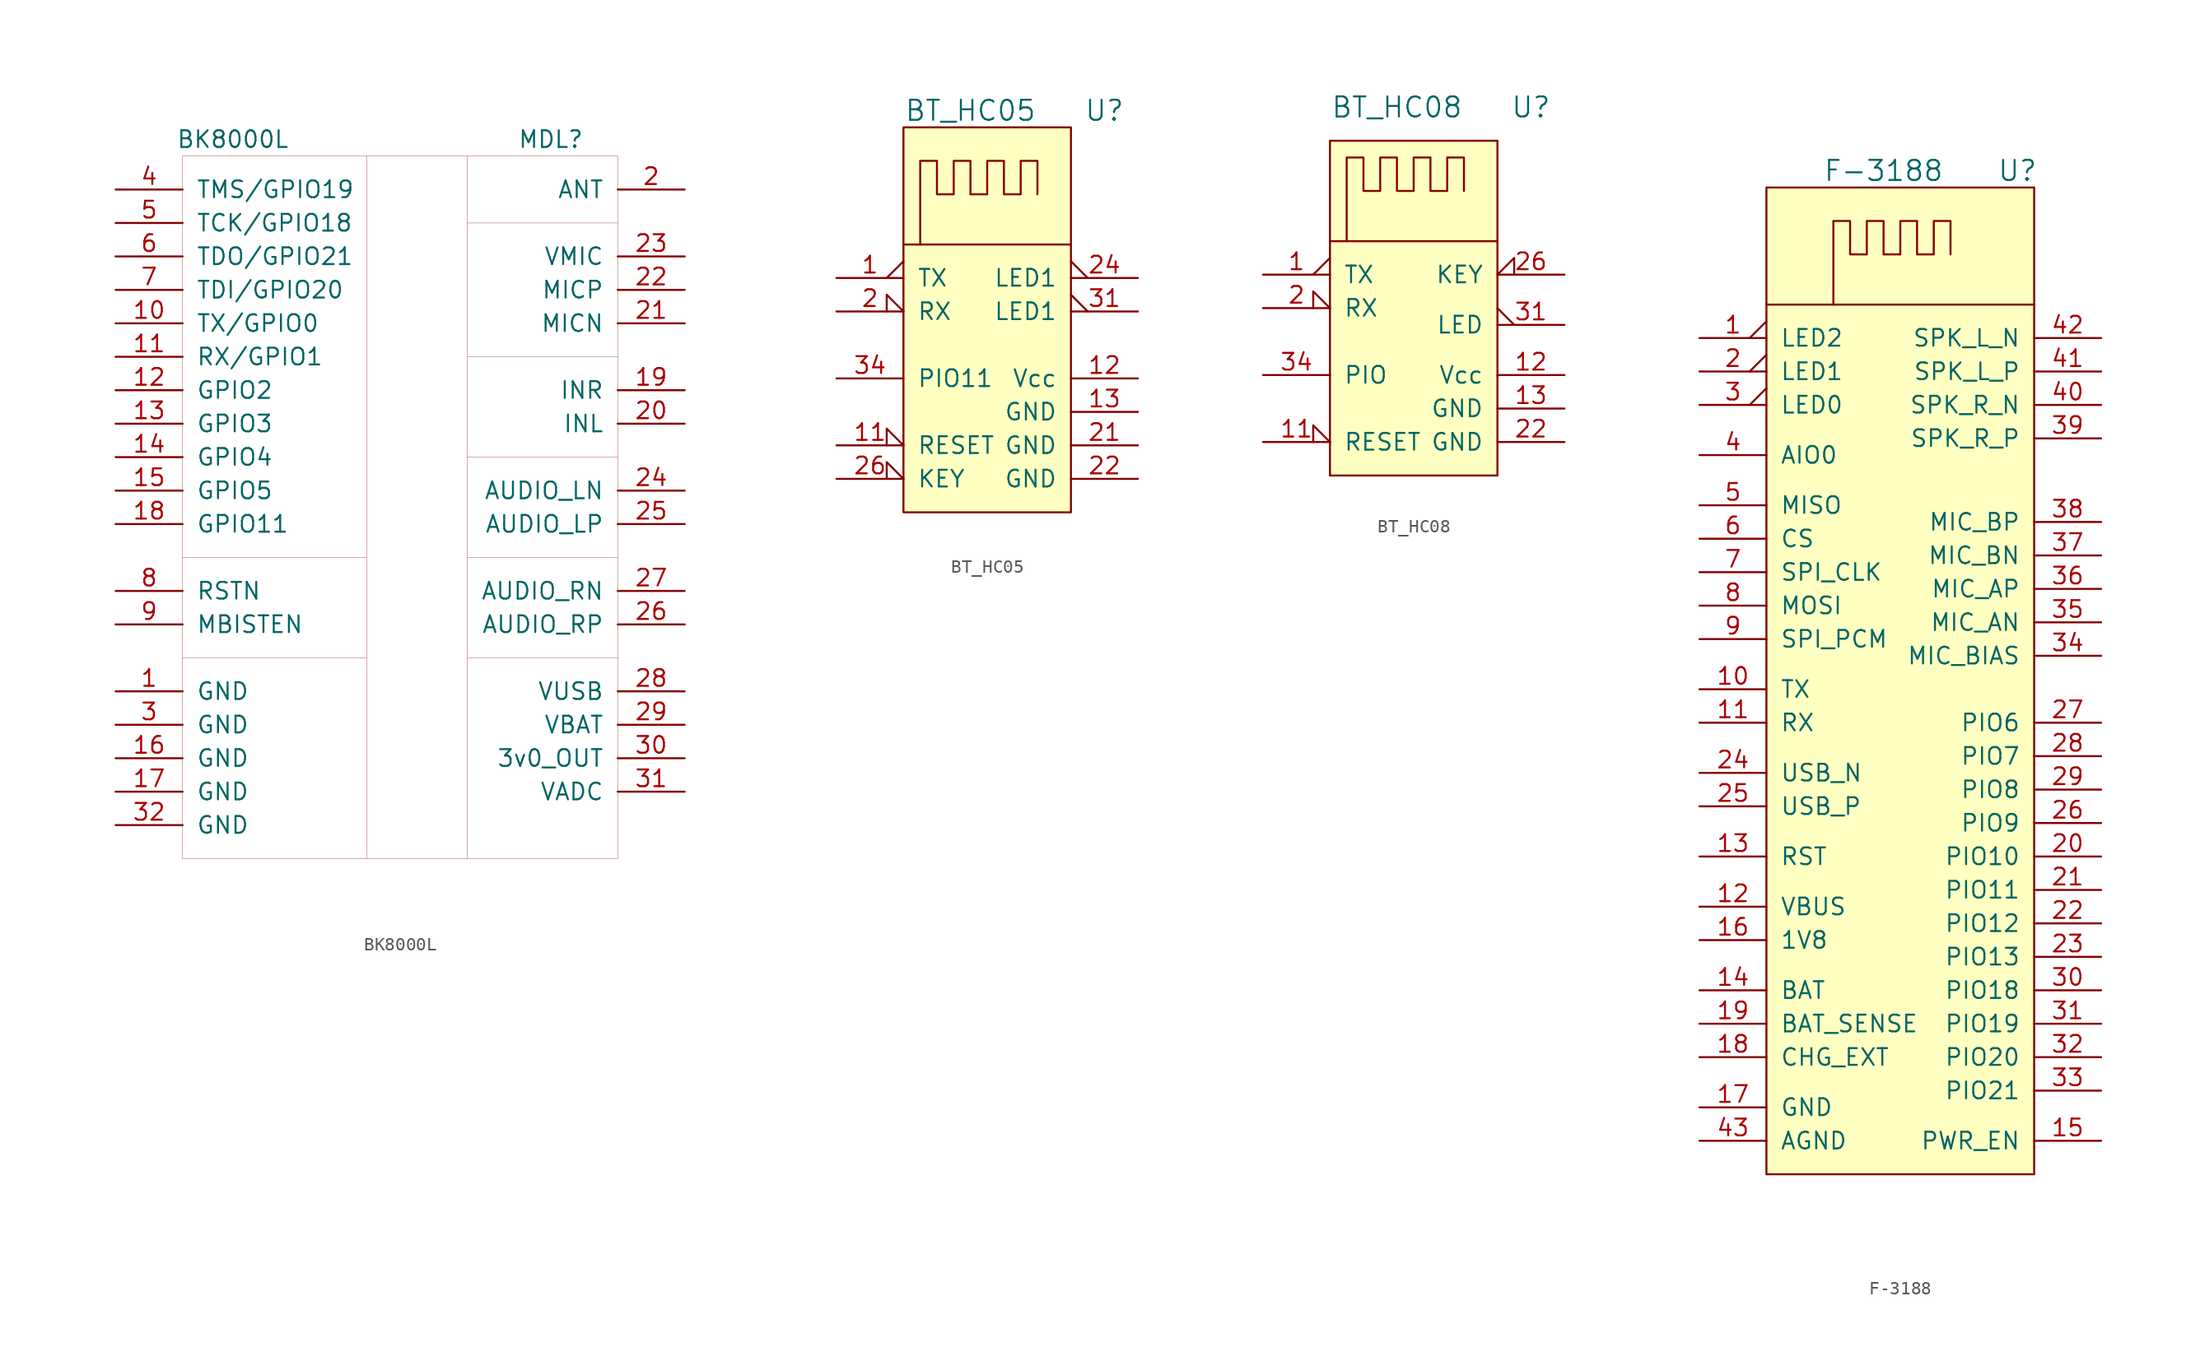
<source format=kicad_sym>
(kicad_symbol_lib
  (version 20231120)
  (generator "kicad_symbol_editor")
  (generator_version "8.0")
  (symbol "BK8000L"
    (pin_names
      (offset 1.016))
    (property "Reference" "MDL"
      (at 10.16 27.94 0)
      (effects (font (size 1.27 1.27))))
    (property "Value" "BK8000L"
      (at -13.97 27.94 0)
      (effects (font (size 1.27 1.27))))
    (symbol "BK8000L_0_1"
      (rectangle (start -17.78 26.67) (end 15.24 -26.67) (stroke (width 0.001) (type default)) (fill (type none)))
      (polyline (pts (xy -17.78 -11.43) (xy -3.81 -11.43)) (stroke (width 0.001) (type default)) (fill (type none)))
      (polyline (pts (xy -17.78 -3.81) (xy -3.81 -3.81)) (stroke (width 0.001) (type default)) (fill (type none)))
      (polyline (pts (xy -3.81 26.67) (xy -3.81 -26.67)) (stroke (width 0.001) (type default)) (fill (type none)))
      (polyline (pts (xy 3.81 -26.67) (xy 3.81 26.67)) (stroke (width 0.001) (type default)) (fill (type none)))
      (polyline (pts (xy 3.81 -11.43) (xy 15.24 -11.43)) (stroke (width 0.001) (type default)) (fill (type none)))
      (polyline (pts (xy 3.81 -3.81) (xy 15.24 -3.81)) (stroke (width 0.001) (type default)) (fill (type none)))
      (polyline (pts (xy 3.81 3.81) (xy 15.24 3.81)) (stroke (width 0.001) (type default)) (fill (type none)))
      (polyline (pts (xy 3.81 11.43) (xy 15.24 11.43)) (stroke (width 0.001) (type default)) (fill (type none)))
      (polyline (pts (xy 3.81 21.59) (xy 15.24 21.59)) (stroke (width 0.001) (type default)) (fill (type none))))
    (symbol "BK8000L_1_1"
      (pin power_in line (at -22.86 -13.97 0) (length 5.08) (name "GND" (effects (font (size 1.27 1.27)))) (number "1" (effects (font (size 1.27 1.27)))))
      (pin passive line (at -22.86 13.97 0) (length 5.08) (name "TX/GPIO0" (effects (font (size 1.27 1.27)))) (number "10" (effects (font (size 1.27 1.27)))))
      (pin passive line (at -22.86 11.43 0) (length 5.08) (name "RX/GPIO1" (effects (font (size 1.27 1.27)))) (number "11" (effects (font (size 1.27 1.27)))))
      (pin passive line (at -22.86 8.89 0) (length 5.08) (name "GPIO2" (effects (font (size 1.27 1.27)))) (number "12" (effects (font (size 1.27 1.27)))))
      (pin passive line (at -22.86 6.35 0) (length 5.08) (name "GPIO3" (effects (font (size 1.27 1.27)))) (number "13" (effects (font (size 1.27 1.27)))))
      (pin passive line (at -22.86 3.81 0) (length 5.08) (name "GPIO4" (effects (font (size 1.27 1.27)))) (number "14" (effects (font (size 1.27 1.27)))))
      (pin passive line (at -22.86 1.27 0) (length 5.08) (name "GPIO5" (effects (font (size 1.27 1.27)))) (number "15" (effects (font (size 1.27 1.27)))))
      (pin power_in line (at -22.86 -19.05 0) (length 5.08) (name "GND" (effects (font (size 1.27 1.27)))) (number "16" (effects (font (size 1.27 1.27)))))
      (pin power_in line (at -22.86 -21.59 0) (length 5.08) (name "GND" (effects (font (size 1.27 1.27)))) (number "17" (effects (font (size 1.27 1.27)))))
      (pin passive line (at -22.86 -1.27 0) (length 5.08) (name "GPIO11" (effects (font (size 1.27 1.27)))) (number "18" (effects (font (size 1.27 1.27)))))
      (pin passive line (at 20.32 8.89 180) (length 5.08) (name "INR" (effects (font (size 1.27 1.27)))) (number "19" (effects (font (size 1.27 1.27)))))
      (pin passive line (at 20.32 24.13 180) (length 5.08) (name "ANT" (effects (font (size 1.27 1.27)))) (number "2" (effects (font (size 1.27 1.27)))))
      (pin passive line (at 20.32 6.35 180) (length 5.08) (name "INL" (effects (font (size 1.27 1.27)))) (number "20" (effects (font (size 1.27 1.27)))))
      (pin passive line (at 20.32 13.97 180) (length 5.08) (name "MICN" (effects (font (size 1.27 1.27)))) (number "21" (effects (font (size 1.27 1.27)))))
      (pin passive line (at 20.32 16.51 180) (length 5.08) (name "MICP" (effects (font (size 1.27 1.27)))) (number "22" (effects (font (size 1.27 1.27)))))
      (pin passive line (at 20.32 19.05 180) (length 5.08) (name "VMIC" (effects (font (size 1.27 1.27)))) (number "23" (effects (font (size 1.27 1.27)))))
      (pin passive line (at 20.32 1.27 180) (length 5.08) (name "AUDIO_LN" (effects (font (size 1.27 1.27)))) (number "24" (effects (font (size 1.27 1.27)))))
      (pin passive line (at 20.32 -1.27 180) (length 5.08) (name "AUDIO_LP" (effects (font (size 1.27 1.27)))) (number "25" (effects (font (size 1.27 1.27)))))
      (pin passive line (at 20.32 -8.89 180) (length 5.08) (name "AUDIO_RP" (effects (font (size 1.27 1.27)))) (number "26" (effects (font (size 1.27 1.27)))))
      (pin passive line (at 20.32 -6.35 180) (length 5.08) (name "AUDIO_RN" (effects (font (size 1.27 1.27)))) (number "27" (effects (font (size 1.27 1.27)))))
      (pin passive line (at 20.32 -13.97 180) (length 5.08) (name "VUSB" (effects (font (size 1.27 1.27)))) (number "28" (effects (font (size 1.27 1.27)))))
      (pin passive line (at 20.32 -16.51 180) (length 5.08) (name "VBAT" (effects (font (size 1.27 1.27)))) (number "29" (effects (font (size 1.27 1.27)))))
      (pin power_in line (at -22.86 -16.51 0) (length 5.08) (name "GND" (effects (font (size 1.27 1.27)))) (number "3" (effects (font (size 1.27 1.27)))))
      (pin passive line (at 20.32 -19.05 180) (length 5.08) (name "3v0_OUT" (effects (font (size 1.27 1.27)))) (number "30" (effects (font (size 1.27 1.27)))))
      (pin passive line (at 20.32 -21.59 180) (length 5.08) (name "VADC" (effects (font (size 1.27 1.27)))) (number "31" (effects (font (size 1.27 1.27)))))
      (pin power_in line (at -22.86 -24.13 0) (length 5.08) (name "GND" (effects (font (size 1.27 1.27)))) (number "32" (effects (font (size 1.27 1.27)))))
      (pin passive line (at -22.86 24.13 0) (length 5.08) (name "TMS/GPIO19" (effects (font (size 1.27 1.27)))) (number "4" (effects (font (size 1.27 1.27)))))
      (pin passive line (at -22.86 21.59 0) (length 5.08) (name "TCK/GPIO18" (effects (font (size 1.27 1.27)))) (number "5" (effects (font (size 1.27 1.27)))))
      (pin passive line (at -22.86 19.05 0) (length 5.08) (name "TDO/GPIO21" (effects (font (size 1.27 1.27)))) (number "6" (effects (font (size 1.27 1.27)))))
      (pin passive line (at -22.86 16.51 0) (length 5.08) (name "TDI/GPIO20" (effects (font (size 1.27 1.27)))) (number "7" (effects (font (size 1.27 1.27)))))
      (pin passive line (at -22.86 -6.35 0) (length 5.08) (name "RSTN" (effects (font (size 1.27 1.27)))) (number "8" (effects (font (size 1.27 1.27)))))
      (pin passive line (at -22.86 -8.89 0) (length 5.08) (name "MBISTEN" (effects (font (size 1.27 1.27)))) (number "9" (effects (font (size 1.27 1.27)))))))
  (symbol "BT_HC05"
    (pin_names
      (offset 1.016))
    (property "Reference" "U"
      (at 8.89 22.86 0)
      (effects (font (size 1.524 1.524))))
    (property "Value" "BT_HC05"
      (at -1.27 22.86 0)
      (effects (font (size 1.524 1.524))))
    (property "Footprint" ""
      (at 6.35 20.32 0)
      (effects (font (size 1.524 1.524))))
    (property "Datasheet" ""
      (at 8.89 22.86 0)
      (effects (font (size 1.524 1.524))))
    (symbol "BT_HC05_0_1"
      (rectangle (start -6.35 21.59) (end 6.35 -7.62) (stroke (width 0) (type default)) (fill (type background)))
      (polyline (pts (xy 6.35 12.7) (xy -6.35 12.7)) (stroke (width 0) (type default)) (fill (type none)))
      (polyline (pts (xy -5.08 12.7) (xy -5.08 19.05) (xy -3.81 19.05) (xy -3.81 16.51) (xy -2.54 16.51) (xy -2.54 19.05) (xy -1.27 19.05) (xy -1.27 16.51) (xy 0 16.51) (xy 0 19.05) (xy 1.27 19.05) (xy 1.27 16.51) (xy 2.54 16.51) (xy 2.54 19.05) (xy 3.81 19.05) (xy 3.81 16.51)) (stroke (width 0) (type default)) (fill (type none))))
    (symbol "BT_HC05_1_1"
      (pin passive output_low (at -11.43 10.16 0) (length 5.08) (name "TX" (effects (font (size 1.27 1.27)))) (number "1" (effects (font (size 1.27 1.27)))))
      (pin passive input_low (at -11.43 -2.54 0) (length 5.08) (name "RESET" (effects (font (size 1.27 1.27)))) (number "11" (effects (font (size 1.27 1.27)))))
      (pin power_in line (at 11.43 2.54 180) (length 5.08) (name "Vcc" (effects (font (size 1.27 1.27)))) (number "12" (effects (font (size 1.27 1.27)))))
      (pin power_in line (at 11.43 0 180) (length 5.08) (name "GND" (effects (font (size 1.27 1.27)))) (number "13" (effects (font (size 1.27 1.27)))))
      (pin passive input_low (at -11.43 7.62 0) (length 5.08) (name "RX" (effects (font (size 1.27 1.27)))) (number "2" (effects (font (size 1.27 1.27)))))
      (pin power_in line (at 11.43 -2.54 180) (length 5.08) (name "GND" (effects (font (size 1.27 1.27)))) (number "21" (effects (font (size 1.27 1.27)))))
      (pin power_in line (at 11.43 -5.08 180) (length 5.08) (name "GND" (effects (font (size 1.27 1.27)))) (number "22" (effects (font (size 1.27 1.27)))))
      (pin passive output_low (at 11.43 10.16 180) (length 5.08) (name "LED1" (effects (font (size 1.27 1.27)))) (number "24" (effects (font (size 1.27 1.27)))))
      (pin passive input_low (at -11.43 -5.08 0) (length 5.08) (name "KEY" (effects (font (size 1.27 1.27)))) (number "26" (effects (font (size 1.27 1.27)))))
      (pin passive output_low (at 11.43 7.62 180) (length 5.08) (name "LED1" (effects (font (size 1.27 1.27)))) (number "31" (effects (font (size 1.27 1.27)))))
      (pin passive line (at -11.43 2.54 0) (length 5.08) (name "PIO11" (effects (font (size 1.27 1.27)))) (number "34" (effects (font (size 1.27 1.27)))))))
  (symbol "BT_HC08"
    (pin_names
      (offset 1.016))
    (property "Reference" "U"
      (at 8.89 22.86 0)
      (effects (font (size 1.524 1.524))))
    (property "Value" "BT_HC08"
      (at -1.27 22.86 0)
      (effects (font (size 1.524 1.524))))
    (property "Footprint" ""
      (at 6.35 20.32 0)
      (effects (font (size 1.524 1.524))))
    (property "Datasheet" ""
      (at 8.89 22.86 0)
      (effects (font (size 1.524 1.524))))
    (symbol "BT_HC08_0_1"
      (rectangle (start -6.35 -5.08) (end 6.35 20.32) (stroke (width 0) (type default)) (fill (type background)))
      (polyline (pts (xy 6.35 12.7) (xy -6.35 12.7)) (stroke (width 0) (type default)) (fill (type none)))
      (polyline (pts (xy -5.08 12.7) (xy -5.08 19.05) (xy -3.81 19.05) (xy -3.81 16.51) (xy -2.54 16.51) (xy -2.54 19.05) (xy -1.27 19.05) (xy -1.27 16.51) (xy 0 16.51) (xy 0 19.05) (xy 1.27 19.05) (xy 1.27 16.51) (xy 2.54 16.51) (xy 2.54 19.05) (xy 3.81 19.05) (xy 3.81 16.51)) (stroke (width 0) (type default)) (fill (type none))))
    (symbol "BT_HC08_1_1"
      (pin passive output_low (at -11.43 10.16 0) (length 5.08) (name "TX" (effects (font (size 1.27 1.27)))) (number "1" (effects (font (size 1.27 1.27)))))
      (pin passive input_low (at -11.43 -2.54 0) (length 5.08) (name "RESET" (effects (font (size 1.27 1.27)))) (number "11" (effects (font (size 1.27 1.27)))))
      (pin power_in line (at 11.43 2.54 180) (length 5.08) (name "Vcc" (effects (font (size 1.27 1.27)))) (number "12" (effects (font (size 1.27 1.27)))))
      (pin power_in line (at 11.43 0 180) (length 5.08) (name "GND" (effects (font (size 1.27 1.27)))) (number "13" (effects (font (size 1.27 1.27)))))
      (pin passive input_low (at -11.43 7.62 0) (length 5.08) (name "RX" (effects (font (size 1.27 1.27)))) (number "2" (effects (font (size 1.27 1.27)))))
      (pin power_in line (at 11.43 -2.54 180) (length 5.08) (name "GND" (effects (font (size 1.27 1.27)))) (number "22" (effects (font (size 1.27 1.27)))))
      (pin passive input_low (at 11.43 10.16 180) (length 5.08) (name "KEY" (effects (font (size 1.27 1.27)))) (number "26" (effects (font (size 1.27 1.27)))))
      (pin passive output_low (at 11.43 6.35 180) (length 5.08) (name "LED" (effects (font (size 1.27 1.27)))) (number "31" (effects (font (size 1.27 1.27)))))
      (pin passive line (at -11.43 2.54 0) (length 5.08) (name "PIO" (effects (font (size 1.27 1.27)))) (number "34" (effects (font (size 1.27 1.27)))))))
  (symbol "F-3188"
    (pin_names
      (offset 1.016))
    (property "Reference" "U"
      (at 8.89 41.91 0)
      (effects (font (size 1.524 1.524))))
    (property "Value" "F-3188"
      (at -1.27 41.91 0)
      (effects (font (size 1.524 1.524))))
    (property "Footprint" ""
      (at 6.35 39.37 0)
      (effects (font (size 1.524 1.524))))
    (property "Datasheet" ""
      (at 8.89 41.91 0)
      (effects (font (size 1.524 1.524))))
    (symbol "F-3188_0_1"
      (rectangle (start -10.16 40.64) (end 10.16 -34.29) (stroke (width 0) (type default)) (fill (type background)))
      (polyline (pts (xy 10.16 31.75) (xy -10.16 31.75)) (stroke (width 0) (type default)) (fill (type none)))
      (polyline (pts (xy -5.08 31.75) (xy -5.08 38.1) (xy -3.81 38.1) (xy -3.81 35.56) (xy -2.54 35.56) (xy -2.54 38.1) (xy -1.27 38.1) (xy -1.27 35.56) (xy 0 35.56) (xy 0 38.1) (xy 1.27 38.1) (xy 1.27 35.56) (xy 2.54 35.56) (xy 2.54 38.1) (xy 3.81 38.1) (xy 3.81 35.56)) (stroke (width 0) (type default)) (fill (type none))))
    (symbol "F-3188_1_1"
      (pin passive output_low (at -15.24 29.21 0) (length 5.08) (name "LED2" (effects (font (size 1.27 1.27)))) (number "1" (effects (font (size 1.27 1.27)))))
      (pin passive line (at -15.24 2.54 0) (length 5.08) (name "TX" (effects (font (size 1.27 1.27)))) (number "10" (effects (font (size 1.27 1.27)))))
      (pin passive line (at -15.24 0 0) (length 5.08) (name "RX" (effects (font (size 1.27 1.27)))) (number "11" (effects (font (size 1.27 1.27)))))
      (pin passive line (at -15.24 -13.97 0) (length 5.08) (name "VBUS" (effects (font (size 1.27 1.27)))) (number "12" (effects (font (size 1.27 1.27)))))
      (pin passive line (at -15.24 -10.16 0) (length 5.08) (name "RST" (effects (font (size 1.27 1.27)))) (number "13" (effects (font (size 1.27 1.27)))))
      (pin power_in line (at -15.24 -20.32 0) (length 5.08) (name "BAT" (effects (font (size 1.27 1.27)))) (number "14" (effects (font (size 1.27 1.27)))))
      (pin passive line (at 15.24 -31.75 180) (length 5.08) (name "PWR_EN" (effects (font (size 1.27 1.27)))) (number "15" (effects (font (size 1.27 1.27)))))
      (pin passive line (at -15.24 -16.51 0) (length 5.08) (name "1V8" (effects (font (size 1.27 1.27)))) (number "16" (effects (font (size 1.27 1.27)))))
      (pin power_in line (at -15.24 -29.21 0) (length 5.08) (name "GND" (effects (font (size 1.27 1.27)))) (number "17" (effects (font (size 1.27 1.27)))))
      (pin passive line (at -15.24 -25.4 0) (length 5.08) (name "CHG_EXT" (effects (font (size 1.27 1.27)))) (number "18" (effects (font (size 1.27 1.27)))))
      (pin passive line (at -15.24 -22.86 0) (length 5.08) (name "BAT_SENSE" (effects (font (size 1.27 1.27)))) (number "19" (effects (font (size 1.27 1.27)))))
      (pin passive output_low (at -15.24 26.67 0) (length 5.08) (name "LED1" (effects (font (size 1.27 1.27)))) (number "2" (effects (font (size 1.27 1.27)))))
      (pin passive line (at 15.24 -10.16 180) (length 5.08) (name "PIO10" (effects (font (size 1.27 1.27)))) (number "20" (effects (font (size 1.27 1.27)))))
      (pin passive line (at 15.24 -12.7 180) (length 5.08) (name "PIO11" (effects (font (size 1.27 1.27)))) (number "21" (effects (font (size 1.27 1.27)))))
      (pin passive line (at 15.24 -15.24 180) (length 5.08) (name "PIO12" (effects (font (size 1.27 1.27)))) (number "22" (effects (font (size 1.27 1.27)))))
      (pin passive line (at 15.24 -17.78 180) (length 5.08) (name "PIO13" (effects (font (size 1.27 1.27)))) (number "23" (effects (font (size 1.27 1.27)))))
      (pin passive line (at -15.24 -3.81 0) (length 5.08) (name "USB_N" (effects (font (size 1.27 1.27)))) (number "24" (effects (font (size 1.27 1.27)))))
      (pin passive line (at -15.24 -6.35 0) (length 5.08) (name "USB_P" (effects (font (size 1.27 1.27)))) (number "25" (effects (font (size 1.27 1.27)))))
      (pin passive line (at 15.24 -7.62 180) (length 5.08) (name "PIO9" (effects (font (size 1.27 1.27)))) (number "26" (effects (font (size 1.27 1.27)))))
      (pin passive line (at 15.24 0 180) (length 5.08) (name "PIO6" (effects (font (size 1.27 1.27)))) (number "27" (effects (font (size 1.27 1.27)))))
      (pin passive line (at 15.24 -2.54 180) (length 5.08) (name "PIO7" (effects (font (size 1.27 1.27)))) (number "28" (effects (font (size 1.27 1.27)))))
      (pin passive line (at 15.24 -5.08 180) (length 5.08) (name "PIO8" (effects (font (size 1.27 1.27)))) (number "29" (effects (font (size 1.27 1.27)))))
      (pin passive output_low (at -15.24 24.13 0) (length 5.08) (name "LED0" (effects (font (size 1.27 1.27)))) (number "3" (effects (font (size 1.27 1.27)))))
      (pin passive line (at 15.24 -20.32 180) (length 5.08) (name "PIO18" (effects (font (size 1.27 1.27)))) (number "30" (effects (font (size 1.27 1.27)))))
      (pin passive line (at 15.24 -22.86 180) (length 5.08) (name "PIO19" (effects (font (size 1.27 1.27)))) (number "31" (effects (font (size 1.27 1.27)))))
      (pin passive line (at 15.24 -25.4 180) (length 5.08) (name "PIO20" (effects (font (size 1.27 1.27)))) (number "32" (effects (font (size 1.27 1.27)))))
      (pin passive line (at 15.24 -27.94 180) (length 5.08) (name "PIO21" (effects (font (size 1.27 1.27)))) (number "33" (effects (font (size 1.27 1.27)))))
      (pin passive line (at 15.24 5.08 180) (length 5.08) (name "MIC_BIAS" (effects (font (size 1.27 1.27)))) (number "34" (effects (font (size 1.27 1.27)))))
      (pin passive line (at 15.24 7.62 180) (length 5.08) (name "MIC_AN" (effects (font (size 1.27 1.27)))) (number "35" (effects (font (size 1.27 1.27)))))
      (pin passive line (at 15.24 10.16 180) (length 5.08) (name "MIC_AP" (effects (font (size 1.27 1.27)))) (number "36" (effects (font (size 1.27 1.27)))))
      (pin passive line (at 15.24 12.7 180) (length 5.08) (name "MIC_BN" (effects (font (size 1.27 1.27)))) (number "37" (effects (font (size 1.27 1.27)))))
      (pin passive line (at 15.24 15.24 180) (length 5.08) (name "MIC_BP" (effects (font (size 1.27 1.27)))) (number "38" (effects (font (size 1.27 1.27)))))
      (pin passive line (at 15.24 21.59 180) (length 5.08) (name "SPK_R_P" (effects (font (size 1.27 1.27)))) (number "39" (effects (font (size 1.27 1.27)))))
      (pin passive line (at -15.24 20.32 0) (length 5.08) (name "AIO0" (effects (font (size 1.27 1.27)))) (number "4" (effects (font (size 1.27 1.27)))))
      (pin passive line (at 15.24 24.13 180) (length 5.08) (name "SPK_R_N" (effects (font (size 1.27 1.27)))) (number "40" (effects (font (size 1.27 1.27)))))
      (pin passive line (at 15.24 26.67 180) (length 5.08) (name "SPK_L_P" (effects (font (size 1.27 1.27)))) (number "41" (effects (font (size 1.27 1.27)))))
      (pin passive line (at 15.24 29.21 180) (length 5.08) (name "SPK_L_N" (effects (font (size 1.27 1.27)))) (number "42" (effects (font (size 1.27 1.27)))))
      (pin power_in line (at -15.24 -31.75 0) (length 5.08) (name "AGND" (effects (font (size 1.27 1.27)))) (number "43" (effects (font (size 1.27 1.27)))))
      (pin passive line (at -15.24 16.51 0) (length 5.08) (name "MISO" (effects (font (size 1.27 1.27)))) (number "5" (effects (font (size 1.27 1.27)))))
      (pin passive line (at -15.24 13.97 0) (length 5.08) (name "CS" (effects (font (size 1.27 1.27)))) (number "6" (effects (font (size 1.27 1.27)))))
      (pin passive line (at -15.24 11.43 0) (length 5.08) (name "SPI_CLK" (effects (font (size 1.27 1.27)))) (number "7" (effects (font (size 1.27 1.27)))))
      (pin passive line (at -15.24 8.89 0) (length 5.08) (name "MOSI" (effects (font (size 1.27 1.27)))) (number "8" (effects (font (size 1.27 1.27)))))
      (pin passive line (at -15.24 6.35 0) (length 5.08) (name "SPI_PCM" (effects (font (size 1.27 1.27)))) (number "9" (effects (font (size 1.27 1.27))))))))
</source>
